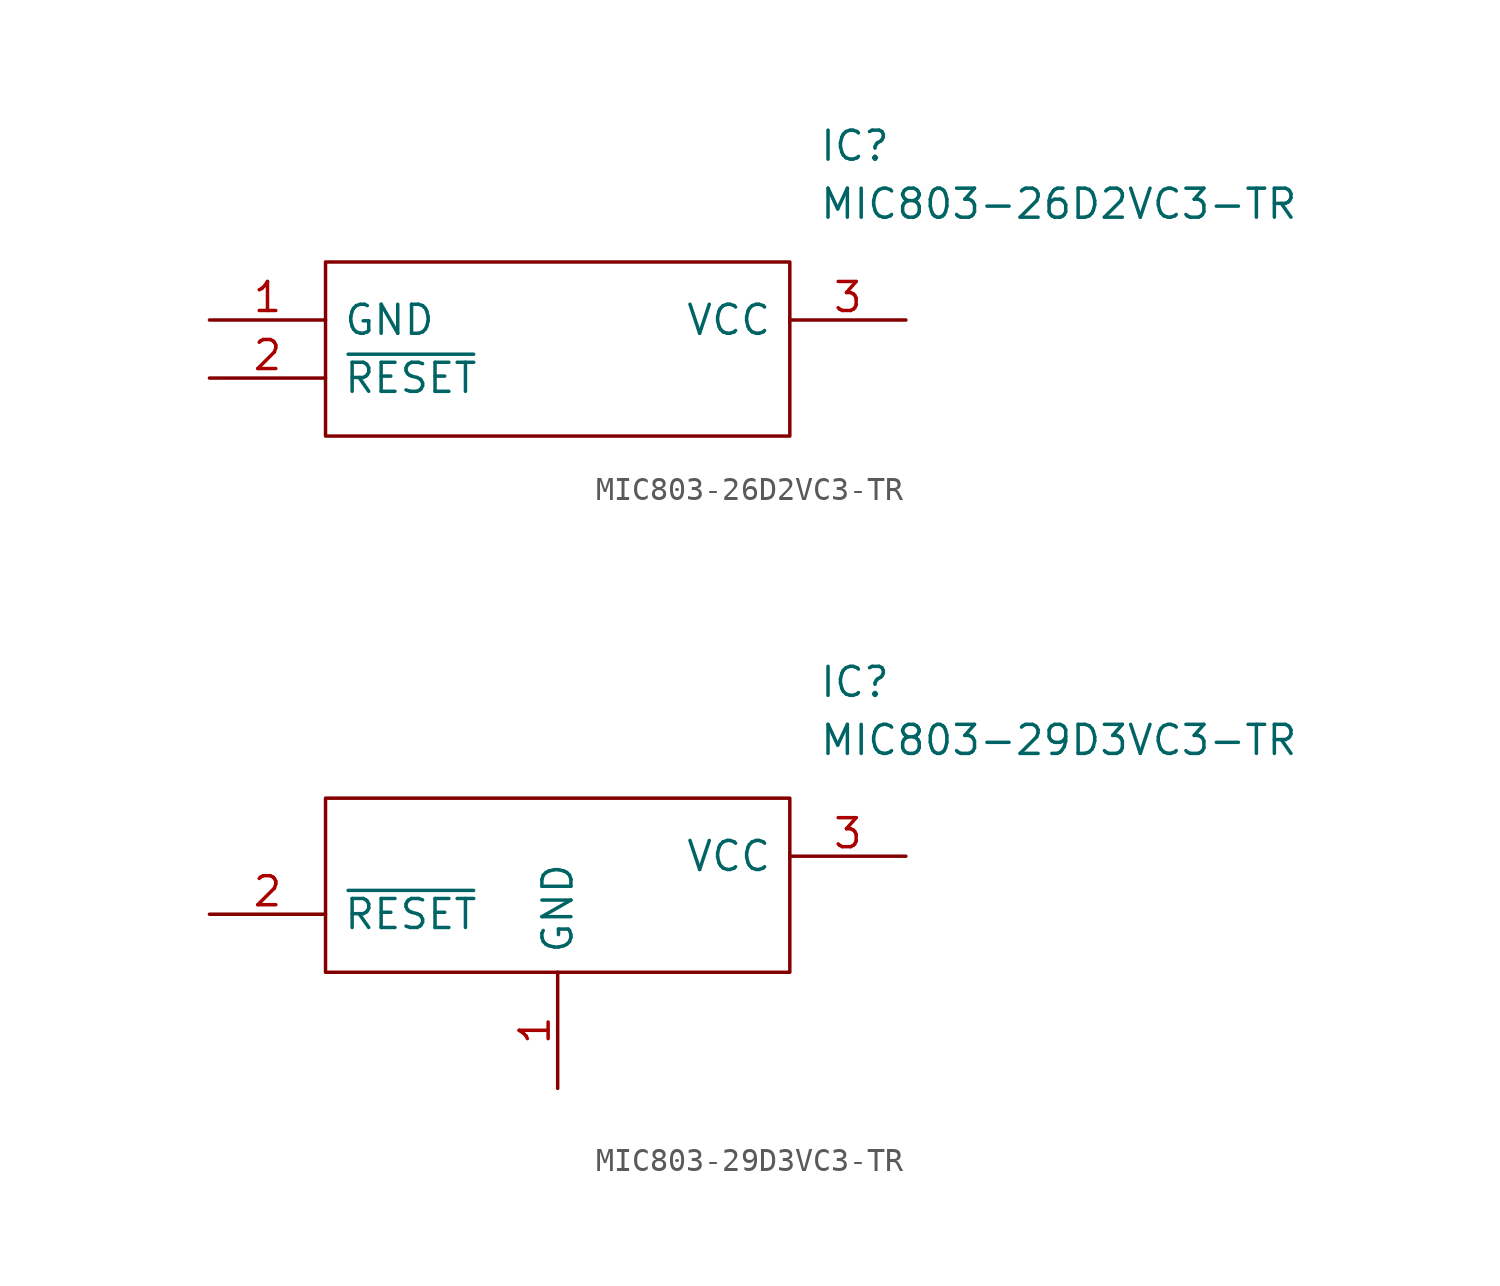
<source format=kicad_sym>
(kicad_symbol_lib
  (version 20220914)
  (generator kicad_symbol_editor)
  (symbol "MIC803-26D2VC3-TR"
    (pin_names
      (offset 0.762))
    (property "Reference" "IC"
      (at 26.67 7.62 0)
      (effects (font (size 1.27 1.27)) (justify left)))
    (property "Value" "MIC803-26D2VC3-TR"
      (at 26.67 5.08 0)
      (effects (font (size 1.27 1.27)) (justify left)))
    (symbol "MIC803-26D2VC3-TR_0_0"
      (pin passive line (at 0 0 0) (length 5.08) (name "GND" (effects (font (size 1.27 1.27)))) (number "1" (effects (font (size 1.27 1.27)))))
      (pin passive line (at 0 -2.54 0) (length 5.08) (name "~{RESET}" (effects (font (size 1.27 1.27)))) (number "2" (effects (font (size 1.27 1.27)))))
      (pin passive line (at 30.48 0 180) (length 5.08) (name "VCC" (effects (font (size 1.27 1.27)))) (number "3" (effects (font (size 1.27 1.27))))))
    (symbol "MIC803-26D2VC3-TR_0_1"
      (polyline (pts (xy 5.08 2.54) (xy 25.4 2.54) (xy 25.4 -5.08) (xy 5.08 -5.08) (xy 5.08 2.54)) (stroke (width 0.152) (type solid)) (fill (type none)))))
  (symbol "MIC803-29D3VC3-TR"
    (pin_names
      (offset 0.762))
    (property "Reference" "IC"
      (at 26.67 7.62 0)
      (effects (font (size 1.27 1.27)) (justify left)))
    (property "Value" "MIC803-29D3VC3-TR"
      (at 26.67 5.08 0)
      (effects (font (size 1.27 1.27)) (justify left)))
    (symbol "MIC803-29D3VC3-TR_0_0"
      (pin passive line (at 15.24 -10.16 90) (length 5.08) (name "GND" (effects (font (size 1.27 1.27)))) (number "1" (effects (font (size 1.27 1.27)))))
      (pin passive line (at 0 -2.54 0) (length 5.08) (name "~{RESET}" (effects (font (size 1.27 1.27)))) (number "2" (effects (font (size 1.27 1.27)))))
      (pin passive line (at 30.48 0 180) (length 5.08) (name "VCC" (effects (font (size 1.27 1.27)))) (number "3" (effects (font (size 1.27 1.27))))))
    (symbol "MIC803-29D3VC3-TR_0_1"
      (polyline (pts (xy 5.08 2.54) (xy 25.4 2.54) (xy 25.4 -5.08) (xy 5.08 -5.08) (xy 5.08 2.54)) (stroke (width 0.152) (type default)) (fill (type none))))))
</source>
